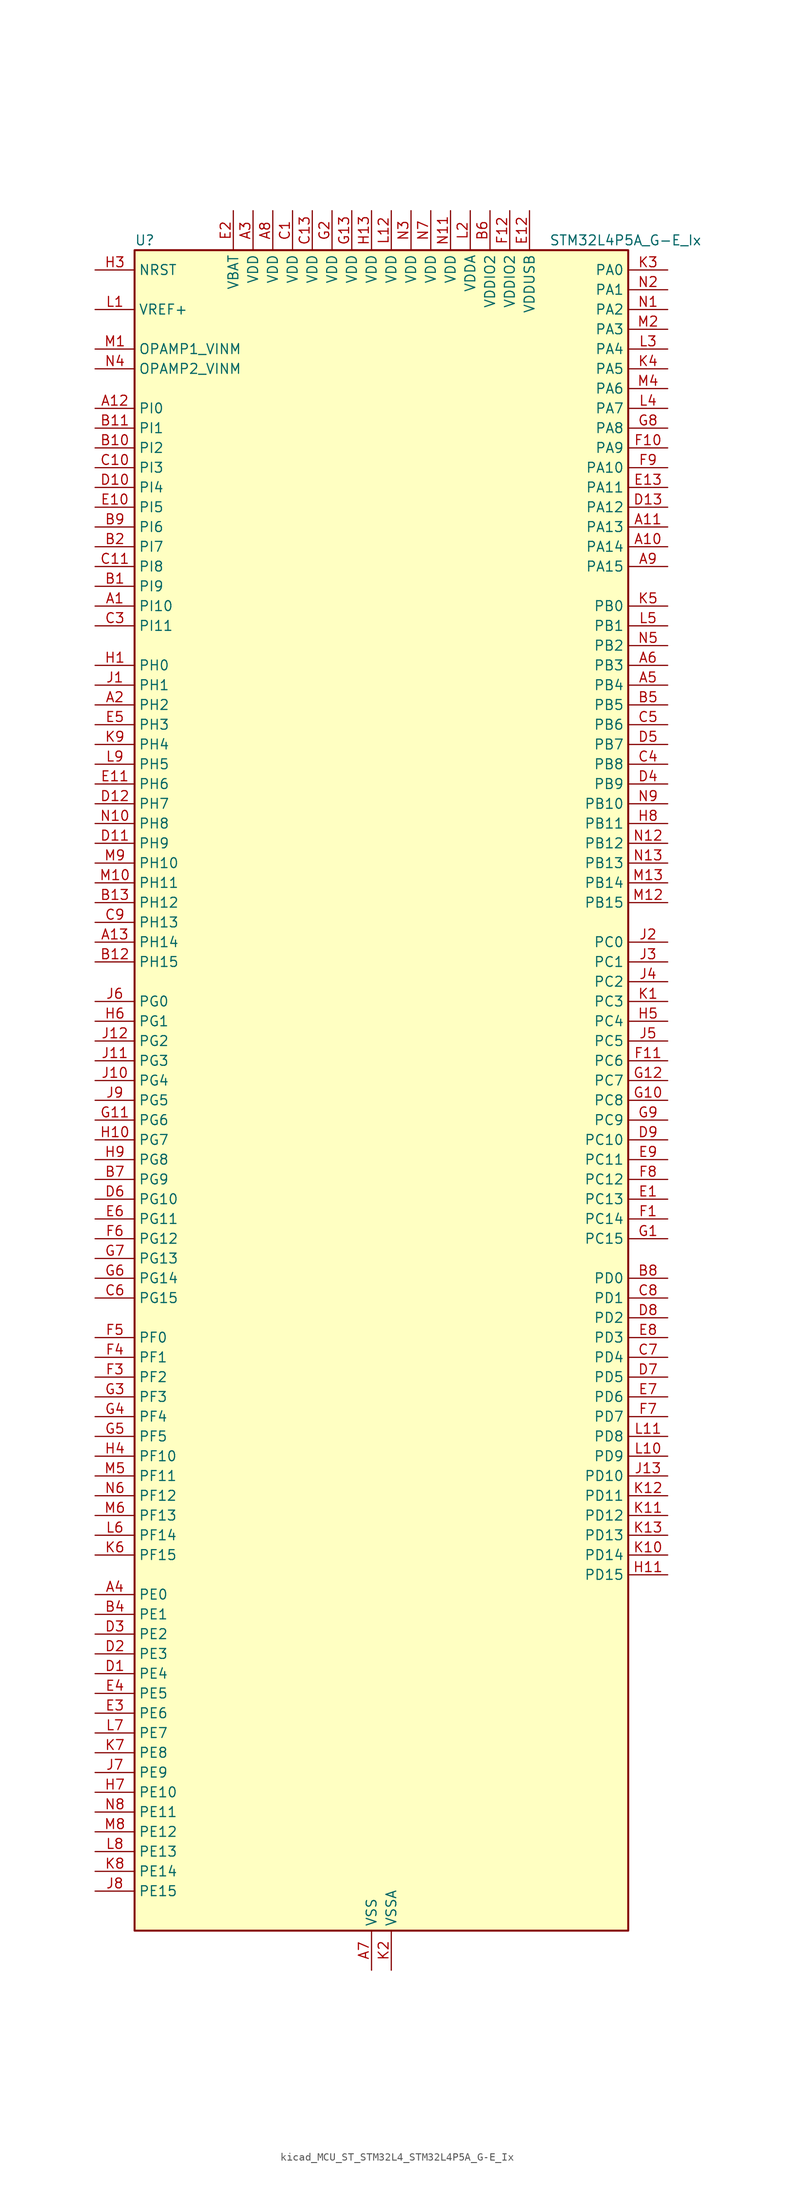
<source format=kicad_sym>
(kicad_symbol_lib
  (version 20220914)
  (generator kicad_symbol_editor)
  (symbol "kicad_MCU_ST_STM32L4_STM32L4P5A_G-E_Ix"
    (property "Reference" "U"
      (at -30.48 110.49 0)
      (effects (font (size 1.27 1.27)) (justify left)))
    (property "Value" "STM32L4P5A_G-E_Ix"
      (at 22.86 110.49 0)
      (effects (font (size 1.27 1.27)) (justify left)))
    (property "ki_locked" ""
      (at 0 0 0)
      (effects (font (size 1.27 1.27))))
    (symbol "kicad_MCU_ST_STM32L4_STM32L4P5A_G-E_Ix_0_1"
      (rectangle (start -30.48 -106.68) (end 33.02 109.22) (stroke (width 0.254) (type default)) (fill (type background))))
    (symbol "kicad_MCU_ST_STM32L4_STM32L4P5A_G-E_Ix_1_1"
      (pin bidirectional line (at -35.56 63.5 0) (length 5.08) (name "PI10" (effects (font (size 1.27 1.27)))) (number "A1" (effects (font (size 1.27 1.27)))) (alternate "OCTOSPIM_P2_IO1" bidirectional line) (alternate "PSSI_D14" bidirectional line))
      (pin bidirectional line (at 38.1 71.12 180) (length 5.08) (name "PA14" (effects (font (size 1.27 1.27)))) (number "A10" (effects (font (size 1.27 1.27)))) (alternate "I2C1_SMBA" bidirectional line) (alternate "I2C4_SMBA" bidirectional line) (alternate "LPTIM1_OUT" bidirectional line) (alternate "SAI1_FS_B" bidirectional line) (alternate "SYS_JTCK-SWCLK" bidirectional line) (alternate "USB_OTG_FS_SOF" bidirectional line))
      (pin bidirectional line (at 38.1 73.66 180) (length 5.08) (name "PA13" (effects (font (size 1.27 1.27)))) (number "A11" (effects (font (size 1.27 1.27)))) (alternate "IR_OUT" bidirectional line) (alternate "SAI1_SD_B" bidirectional line) (alternate "SYS_JTMS-SWDIO" bidirectional line) (alternate "USB_OTG_FS_NOE" bidirectional line))
      (pin bidirectional line (at -35.56 88.9 0) (length 5.08) (name "PI0" (effects (font (size 1.27 1.27)))) (number "A12" (effects (font (size 1.27 1.27)))) (alternate "DCMI_D13" bidirectional line) (alternate "OCTOSPIM_P1_IO5" bidirectional line) (alternate "PSSI_D13" bidirectional line) (alternate "SPI2_NSS" bidirectional line) (alternate "TIM5_CH4" bidirectional line))
      (pin bidirectional line (at -35.56 20.32 0) (length 5.08) (name "PH14" (effects (font (size 1.27 1.27)))) (number "A13" (effects (font (size 1.27 1.27)))) (alternate "DCMI_D4" bidirectional line) (alternate "PSSI_D4" bidirectional line) (alternate "TIM8_CH2N" bidirectional line))
      (pin bidirectional line (at -35.56 50.8 0) (length 5.08) (name "PH2" (effects (font (size 1.27 1.27)))) (number "A2" (effects (font (size 1.27 1.27)))) (alternate "OCTOSPIM_P1_IO4" bidirectional line))
      (pin power_in line (at -15.24 114.3 270) (length 5.08) (name "VDD" (effects (font (size 1.27 1.27)))) (number "A3" (effects (font (size 1.27 1.27)))))
      (pin bidirectional line (at -35.56 -63.5 0) (length 5.08) (name "PE0" (effects (font (size 1.27 1.27)))) (number "A4" (effects (font (size 1.27 1.27)))) (alternate "DCMI_D2" bidirectional line) (alternate "FMC_NBL0" bidirectional line) (alternate "LTDC_HSYNC" bidirectional line) (alternate "PSSI_D2" bidirectional line) (alternate "TIM16_CH1" bidirectional line) (alternate "TIM4_ETR" bidirectional line))
      (pin bidirectional line (at 38.1 53.34 180) (length 5.08) (name "PB4" (effects (font (size 1.27 1.27)))) (number "A5" (effects (font (size 1.27 1.27)))) (alternate "COMP2_INP" bidirectional line) (alternate "DCMI_D12" bidirectional line) (alternate "I2C3_SDA" bidirectional line) (alternate "OCTOSPIM_P1_IO5" bidirectional line) (alternate "PSSI_D12" bidirectional line) (alternate "SAI1_MCLK_B" bidirectional line) (alternate "SDMMC2_D3" bidirectional line) (alternate "SPI1_MISO" bidirectional line) (alternate "SPI3_MISO" bidirectional line) (alternate "SYS_JTRST" bidirectional line) (alternate "TIM17_BKIN" bidirectional line) (alternate "TIM3_CH1" bidirectional line) (alternate "TSC_G2_IO1" bidirectional line) (alternate "UART5_DE" bidirectional line) (alternate "UART5_RTS" bidirectional line) (alternate "USART1_CTS" bidirectional line) (alternate "USART1_NSS" bidirectional line))
      (pin bidirectional line (at 38.1 55.88 180) (length 5.08) (name "PB3" (effects (font (size 1.27 1.27)))) (number "A6" (effects (font (size 1.27 1.27)))) (alternate "COMP2_INM" bidirectional line) (alternate "CRS_SYNC" bidirectional line) (alternate "OCTOSPIM_P1_IO4" bidirectional line) (alternate "SAI1_SCK_B" bidirectional line) (alternate "SDMMC2_D2" bidirectional line) (alternate "SPI1_SCK" bidirectional line) (alternate "SPI3_SCK" bidirectional line) (alternate "SYS_JTDO-SWO" bidirectional line) (alternate "TIM2_CH2" bidirectional line) (alternate "USART1_DE" bidirectional line) (alternate "USART1_RTS" bidirectional line))
      (pin power_in line (at 0 -111.76 90) (length 5.08) (name "VSS" (effects (font (size 1.27 1.27)))) (number "A7" (effects (font (size 1.27 1.27)))))
      (pin power_in line (at -12.7 114.3 270) (length 5.08) (name "VDD" (effects (font (size 1.27 1.27)))) (number "A8" (effects (font (size 1.27 1.27)))))
      (pin bidirectional line (at 38.1 68.58 180) (length 5.08) (name "PA15" (effects (font (size 1.27 1.27)))) (number "A9" (effects (font (size 1.27 1.27)))) (alternate "ADC1_EXTI15" bidirectional line) (alternate "ADC2_EXTI15" bidirectional line) (alternate "LTDC_HSYNC" bidirectional line) (alternate "SAI2_FS_B" bidirectional line) (alternate "SPI1_NSS" bidirectional line) (alternate "SPI3_NSS" bidirectional line) (alternate "SYS_JTDI" bidirectional line) (alternate "TIM2_CH1" bidirectional line) (alternate "TIM2_ETR" bidirectional line) (alternate "TSC_G3_IO1" bidirectional line) (alternate "UART4_DE" bidirectional line) (alternate "UART4_RTS" bidirectional line) (alternate "USART2_RX" bidirectional line) (alternate "USART3_DE" bidirectional line) (alternate "USART3_RTS" bidirectional line))
      (pin bidirectional line (at -35.56 66.04 0) (length 5.08) (name "PI9" (effects (font (size 1.27 1.27)))) (number "B1" (effects (font (size 1.27 1.27)))) (alternate "CAN1_RX" bidirectional line) (alternate "DAC1_EXTI9" bidirectional line) (alternate "OCTOSPIM_P2_IO2" bidirectional line))
      (pin bidirectional line (at -35.56 83.82 0) (length 5.08) (name "PI2" (effects (font (size 1.27 1.27)))) (number "B10" (effects (font (size 1.27 1.27)))) (alternate "DCMI_D9" bidirectional line) (alternate "PSSI_D9" bidirectional line) (alternate "SPI2_MISO" bidirectional line) (alternate "TIM8_CH4" bidirectional line))
      (pin bidirectional line (at -35.56 86.36 0) (length 5.08) (name "PI1" (effects (font (size 1.27 1.27)))) (number "B11" (effects (font (size 1.27 1.27)))) (alternate "DCMI_D8" bidirectional line) (alternate "PSSI_D8" bidirectional line) (alternate "SPI2_SCK" bidirectional line))
      (pin bidirectional line (at -35.56 17.78 0) (length 5.08) (name "PH15" (effects (font (size 1.27 1.27)))) (number "B12" (effects (font (size 1.27 1.27)))) (alternate "ADC1_EXTI15" bidirectional line) (alternate "ADC2_EXTI15" bidirectional line) (alternate "DCMI_D11" bidirectional line) (alternate "OCTOSPIM_P2_IO6" bidirectional line) (alternate "PSSI_D11" bidirectional line) (alternate "TIM8_CH3N" bidirectional line))
      (pin bidirectional line (at -35.56 25.4 0) (length 5.08) (name "PH12" (effects (font (size 1.27 1.27)))) (number "B13" (effects (font (size 1.27 1.27)))) (alternate "DCMI_D3" bidirectional line) (alternate "OCTOSPIM_P2_IO7" bidirectional line) (alternate "PSSI_D3" bidirectional line) (alternate "TIM5_CH3" bidirectional line))
      (pin bidirectional line (at -35.56 71.12 0) (length 5.08) (name "PI7" (effects (font (size 1.27 1.27)))) (number "B2" (effects (font (size 1.27 1.27)))) (alternate "DCMI_D7" bidirectional line) (alternate "OCTOSPIM_P2_NCLK" bidirectional line) (alternate "PSSI_D7" bidirectional line) (alternate "TIM8_CH3" bidirectional line))
      (pin passive line (at 0 -111.76 90) (length 5.08) hide (name "VSS" (effects (font (size 1.27 1.27)))) (number "B3" (effects (font (size 1.27 1.27)))))
      (pin bidirectional line (at -35.56 -66.04 0) (length 5.08) (name "PE1" (effects (font (size 1.27 1.27)))) (number "B4" (effects (font (size 1.27 1.27)))) (alternate "DCMI_D3" bidirectional line) (alternate "FMC_NBL1" bidirectional line) (alternate "LTDC_VSYNC" bidirectional line) (alternate "PSSI_D3" bidirectional line) (alternate "TIM17_CH1" bidirectional line))
      (pin bidirectional line (at 38.1 50.8 180) (length 5.08) (name "PB5" (effects (font (size 1.27 1.27)))) (number "B5" (effects (font (size 1.27 1.27)))) (alternate "COMP2_OUT" bidirectional line) (alternate "DCMI_D10" bidirectional line) (alternate "I2C1_SMBA" bidirectional line) (alternate "LPTIM1_IN1" bidirectional line) (alternate "OCTOSPIM_P1_IO0" bidirectional line) (alternate "PSSI_D10" bidirectional line) (alternate "SAI1_SD_B" bidirectional line) (alternate "SPI1_MOSI" bidirectional line) (alternate "SPI3_MOSI" bidirectional line) (alternate "TIM16_BKIN" bidirectional line) (alternate "TIM3_CH2" bidirectional line) (alternate "TSC_G2_IO2" bidirectional line) (alternate "UART5_CTS" bidirectional line) (alternate "USART1_CK" bidirectional line))
      (pin power_in line (at 15.24 114.3 270) (length 5.08) (name "VDDIO2" (effects (font (size 1.27 1.27)))) (number "B6" (effects (font (size 1.27 1.27)))))
      (pin bidirectional line (at -35.56 -10.16 0) (length 5.08) (name "PG9" (effects (font (size 1.27 1.27)))) (number "B7" (effects (font (size 1.27 1.27)))) (alternate "DAC1_EXTI9" bidirectional line) (alternate "FMC_NCE" bidirectional line) (alternate "FMC_NE2" bidirectional line) (alternate "OCTOSPIM_P2_IO6" bidirectional line) (alternate "SAI2_SCK_A" bidirectional line) (alternate "SDMMC2_D0" bidirectional line) (alternate "SPI3_SCK" bidirectional line) (alternate "TIM15_CH1N" bidirectional line) (alternate "USART1_TX" bidirectional line))
      (pin bidirectional line (at 38.1 -22.86 180) (length 5.08) (name "PD0" (effects (font (size 1.27 1.27)))) (number "B8" (effects (font (size 1.27 1.27)))) (alternate "CAN1_RX" bidirectional line) (alternate "FMC_D2" bidirectional line) (alternate "FMC_DA2" bidirectional line) (alternate "LTDC_B4" bidirectional line) (alternate "SPI2_NSS" bidirectional line))
      (pin bidirectional line (at -35.56 73.66 0) (length 5.08) (name "PI6" (effects (font (size 1.27 1.27)))) (number "B9" (effects (font (size 1.27 1.27)))) (alternate "DCMI_D6" bidirectional line) (alternate "OCTOSPIM_P2_CLK" bidirectional line) (alternate "PSSI_D6" bidirectional line) (alternate "TIM8_CH2" bidirectional line))
      (pin power_in line (at -10.16 114.3 270) (length 5.08) (name "VDD" (effects (font (size 1.27 1.27)))) (number "C1" (effects (font (size 1.27 1.27)))))
      (pin bidirectional line (at -35.56 81.28 0) (length 5.08) (name "PI3" (effects (font (size 1.27 1.27)))) (number "C10" (effects (font (size 1.27 1.27)))) (alternate "DCMI_D10" bidirectional line) (alternate "PSSI_D10" bidirectional line) (alternate "SPI2_MOSI" bidirectional line) (alternate "TIM8_ETR" bidirectional line))
      (pin bidirectional line (at -35.56 68.58 0) (length 5.08) (name "PI8" (effects (font (size 1.27 1.27)))) (number "C11" (effects (font (size 1.27 1.27)))) (alternate "DCMI_D12" bidirectional line) (alternate "OCTOSPIM_P2_NCS" bidirectional line) (alternate "PSSI_D12" bidirectional line))
      (pin passive line (at 0 -111.76 90) (length 5.08) hide (name "VSS" (effects (font (size 1.27 1.27)))) (number "C12" (effects (font (size 1.27 1.27)))))
      (pin power_in line (at -7.62 114.3 270) (length 5.08) (name "VDD" (effects (font (size 1.27 1.27)))) (number "C13" (effects (font (size 1.27 1.27)))))
      (pin passive line (at 0 -111.76 90) (length 5.08) hide (name "VSS" (effects (font (size 1.27 1.27)))) (number "C2" (effects (font (size 1.27 1.27)))))
      (pin bidirectional line (at -35.56 60.96 0) (length 5.08) (name "PI11" (effects (font (size 1.27 1.27)))) (number "C3" (effects (font (size 1.27 1.27)))) (alternate "ADC1_EXTI11" bidirectional line) (alternate "ADC2_EXTI11" bidirectional line) (alternate "OCTOSPIM_P2_IO0" bidirectional line) (alternate "PSSI_D15" bidirectional line))
      (pin bidirectional line (at 38.1 43.18 180) (length 5.08) (name "PB8" (effects (font (size 1.27 1.27)))) (number "C4" (effects (font (size 1.27 1.27)))) (alternate "CAN1_RX" bidirectional line) (alternate "DCMI_D6" bidirectional line) (alternate "DFSDM1_CKOUT" bidirectional line) (alternate "I2C1_SCL" bidirectional line) (alternate "LTDC_DE" bidirectional line) (alternate "PSSI_D6" bidirectional line) (alternate "SAI1_CK1" bidirectional line) (alternate "SAI1_MCLK_A" bidirectional line) (alternate "SDMMC1_CKIN" bidirectional line) (alternate "SDMMC1_D4" bidirectional line) (alternate "SDMMC2_D4" bidirectional line) (alternate "TIM16_CH1" bidirectional line) (alternate "TIM4_CH3" bidirectional line))
      (pin bidirectional line (at 38.1 48.26 180) (length 5.08) (name "PB6" (effects (font (size 1.27 1.27)))) (number "C5" (effects (font (size 1.27 1.27)))) (alternate "COMP2_INP" bidirectional line) (alternate "DCMI_D5" bidirectional line) (alternate "I2C1_SCL" bidirectional line) (alternate "I2C4_SCL" bidirectional line) (alternate "LPTIM1_ETR" bidirectional line) (alternate "LTDC_R6" bidirectional line) (alternate "PSSI_D5" bidirectional line) (alternate "SAI1_FS_B" bidirectional line) (alternate "TIM16_CH1N" bidirectional line) (alternate "TIM4_CH1" bidirectional line) (alternate "TIM8_BKIN2" bidirectional line) (alternate "TSC_G2_IO3" bidirectional line) (alternate "USART1_TX" bidirectional line))
      (pin bidirectional line (at -35.56 -25.4 0) (length 5.08) (name "PG15" (effects (font (size 1.27 1.27)))) (number "C6" (effects (font (size 1.27 1.27)))) (alternate "ADC1_EXTI15" bidirectional line) (alternate "ADC2_EXTI15" bidirectional line) (alternate "DCMI_D13" bidirectional line) (alternate "I2C1_SMBA" bidirectional line) (alternate "LPTIM1_OUT" bidirectional line) (alternate "OCTOSPIM_P2_DQS" bidirectional line) (alternate "PSSI_D13" bidirectional line))
      (pin bidirectional line (at 38.1 -33.02 180) (length 5.08) (name "PD4" (effects (font (size 1.27 1.27)))) (number "C7" (effects (font (size 1.27 1.27)))) (alternate "DFSDM1_CKIN0" bidirectional line) (alternate "FMC_NOE" bidirectional line) (alternate "OCTOSPIM_P1_IO4" bidirectional line) (alternate "SDMMC2_CKIN" bidirectional line) (alternate "SPI2_MOSI" bidirectional line) (alternate "USART2_DE" bidirectional line) (alternate "USART2_RTS" bidirectional line))
      (pin bidirectional line (at 38.1 -25.4 180) (length 5.08) (name "PD1" (effects (font (size 1.27 1.27)))) (number "C8" (effects (font (size 1.27 1.27)))) (alternate "CAN1_TX" bidirectional line) (alternate "FMC_D3" bidirectional line) (alternate "FMC_DA3" bidirectional line) (alternate "LTDC_B5" bidirectional line) (alternate "SPI2_SCK" bidirectional line))
      (pin bidirectional line (at -35.56 22.86 0) (length 5.08) (name "PH13" (effects (font (size 1.27 1.27)))) (number "C9" (effects (font (size 1.27 1.27)))) (alternate "CAN1_TX" bidirectional line) (alternate "TIM8_CH1N" bidirectional line))
      (pin bidirectional line (at -35.56 -73.66 0) (length 5.08) (name "PE4" (effects (font (size 1.27 1.27)))) (number "D1" (effects (font (size 1.27 1.27)))) (alternate "DCMI_D4" bidirectional line) (alternate "DFSDM1_DATIN3" bidirectional line) (alternate "FMC_A20" bidirectional line) (alternate "LTDC_B7" bidirectional line) (alternate "PSSI_D4" bidirectional line) (alternate "SAI1_D2" bidirectional line) (alternate "SAI1_FS_A" bidirectional line) (alternate "SYS_TRACED1" bidirectional line) (alternate "TIM3_CH2" bidirectional line) (alternate "TSC_G7_IO3" bidirectional line))
      (pin bidirectional line (at -35.56 78.74 0) (length 5.08) (name "PI4" (effects (font (size 1.27 1.27)))) (number "D10" (effects (font (size 1.27 1.27)))) (alternate "DCMI_D5" bidirectional line) (alternate "PSSI_D5" bidirectional line) (alternate "TIM8_BKIN" bidirectional line))
      (pin bidirectional line (at -35.56 33.02 0) (length 5.08) (name "PH9" (effects (font (size 1.27 1.27)))) (number "D11" (effects (font (size 1.27 1.27)))) (alternate "DAC1_EXTI9" bidirectional line) (alternate "DCMI_D0" bidirectional line) (alternate "I2C3_SMBA" bidirectional line) (alternate "OCTOSPIM_P2_IO4" bidirectional line) (alternate "PSSI_D0" bidirectional line))
      (pin bidirectional line (at -35.56 38.1 0) (length 5.08) (name "PH7" (effects (font (size 1.27 1.27)))) (number "D12" (effects (font (size 1.27 1.27)))) (alternate "DCMI_D9" bidirectional line) (alternate "I2C3_SCL" bidirectional line) (alternate "OCTOSPIM_P2_NCLK" bidirectional line) (alternate "PSSI_D9" bidirectional line))
      (pin bidirectional line (at 38.1 76.2 180) (length 5.08) (name "PA12" (effects (font (size 1.27 1.27)))) (number "D13" (effects (font (size 1.27 1.27)))) (alternate "CAN1_TX" bidirectional line) (alternate "LTDC_VSYNC" bidirectional line) (alternate "OCTOSPIM_P2_NCS" bidirectional line) (alternate "SPI1_MOSI" bidirectional line) (alternate "TIM1_ETR" bidirectional line) (alternate "USART1_DE" bidirectional line) (alternate "USART1_RTS" bidirectional line) (alternate "USB_OTG_FS_DP" bidirectional line))
      (pin bidirectional line (at -35.56 -71.12 0) (length 5.08) (name "PE3" (effects (font (size 1.27 1.27)))) (number "D2" (effects (font (size 1.27 1.27)))) (alternate "FMC_A19" bidirectional line) (alternate "LTDC_R6" bidirectional line) (alternate "OCTOSPIM_P1_DQS" bidirectional line) (alternate "SAI1_SD_B" bidirectional line) (alternate "SYS_TRACED0" bidirectional line) (alternate "TIM3_CH1" bidirectional line) (alternate "TSC_G7_IO2" bidirectional line))
      (pin bidirectional line (at -35.56 -68.58 0) (length 5.08) (name "PE2" (effects (font (size 1.27 1.27)))) (number "D3" (effects (font (size 1.27 1.27)))) (alternate "FMC_A23" bidirectional line) (alternate "LTDC_R7" bidirectional line) (alternate "SAI1_CK1" bidirectional line) (alternate "SAI1_MCLK_A" bidirectional line) (alternate "SYS_TRACECLK" bidirectional line) (alternate "TIM3_ETR" bidirectional line) (alternate "TSC_G7_IO1" bidirectional line))
      (pin bidirectional line (at 38.1 40.64 180) (length 5.08) (name "PB9" (effects (font (size 1.27 1.27)))) (number "D4" (effects (font (size 1.27 1.27)))) (alternate "CAN1_TX" bidirectional line) (alternate "DAC1_EXTI9" bidirectional line) (alternate "DCMI_D7" bidirectional line) (alternate "I2C1_SDA" bidirectional line) (alternate "IR_OUT" bidirectional line) (alternate "PSSI_D7" bidirectional line) (alternate "SAI1_D2" bidirectional line) (alternate "SAI1_FS_A" bidirectional line) (alternate "SDMMC1_CDIR" bidirectional line) (alternate "SDMMC1_D5" bidirectional line) (alternate "SDMMC2_D5" bidirectional line) (alternate "SPI2_NSS" bidirectional line) (alternate "TIM17_CH1" bidirectional line) (alternate "TIM4_CH4" bidirectional line))
      (pin bidirectional line (at 38.1 45.72 180) (length 5.08) (name "PB7" (effects (font (size 1.27 1.27)))) (number "D5" (effects (font (size 1.27 1.27)))) (alternate "COMP2_INM" bidirectional line) (alternate "DCMI_VSYNC" bidirectional line) (alternate "FMC_NL" bidirectional line) (alternate "I2C1_SDA" bidirectional line) (alternate "I2C4_SDA" bidirectional line) (alternate "LPTIM1_IN2" bidirectional line) (alternate "LTDC_VSYNC" bidirectional line) (alternate "PSSI_RDY" bidirectional line) (alternate "SYS_PVD_IN" bidirectional line) (alternate "TIM17_CH1N" bidirectional line) (alternate "TIM4_CH2" bidirectional line) (alternate "TIM8_BKIN" bidirectional line) (alternate "TSC_G2_IO4" bidirectional line) (alternate "UART4_CTS" bidirectional line) (alternate "USART1_RX" bidirectional line))
      (pin bidirectional line (at -35.56 -12.7 0) (length 5.08) (name "PG10" (effects (font (size 1.27 1.27)))) (number "D6" (effects (font (size 1.27 1.27)))) (alternate "FMC_NE3" bidirectional line) (alternate "LPTIM1_IN1" bidirectional line) (alternate "OCTOSPIM_P2_IO7" bidirectional line) (alternate "SAI2_FS_A" bidirectional line) (alternate "SDMMC2_D1" bidirectional line) (alternate "SPI3_MISO" bidirectional line) (alternate "TIM15_CH1" bidirectional line) (alternate "USART1_RX" bidirectional line))
      (pin bidirectional line (at 38.1 -35.56 180) (length 5.08) (name "PD5" (effects (font (size 1.27 1.27)))) (number "D7" (effects (font (size 1.27 1.27)))) (alternate "FMC_NWE" bidirectional line) (alternate "OCTOSPIM_P1_IO5" bidirectional line) (alternate "USART2_TX" bidirectional line))
      (pin bidirectional line (at 38.1 -27.94 180) (length 5.08) (name "PD2" (effects (font (size 1.27 1.27)))) (number "D8" (effects (font (size 1.27 1.27)))) (alternate "DCMI_D11" bidirectional line) (alternate "PSSI_D11" bidirectional line) (alternate "SDMMC1_CMD" bidirectional line) (alternate "SYS_TRACED2" bidirectional line) (alternate "TIM3_ETR" bidirectional line) (alternate "TSC_SYNC" bidirectional line) (alternate "UART5_RX" bidirectional line) (alternate "USART3_DE" bidirectional line) (alternate "USART3_RTS" bidirectional line))
      (pin bidirectional line (at 38.1 -5.08 180) (length 5.08) (name "PC10" (effects (font (size 1.27 1.27)))) (number "D9" (effects (font (size 1.27 1.27)))) (alternate "DCMI_D8" bidirectional line) (alternate "DCMI_VSYNC" bidirectional line) (alternate "PSSI_D8" bidirectional line) (alternate "PSSI_RDY" bidirectional line) (alternate "SAI2_SCK_B" bidirectional line) (alternate "SDMMC1_D2" bidirectional line) (alternate "SPI3_SCK" bidirectional line) (alternate "SYS_TRACED1" bidirectional line) (alternate "TSC_G3_IO2" bidirectional line) (alternate "UART4_TX" bidirectional line) (alternate "USART3_TX" bidirectional line))
      (pin bidirectional line (at 38.1 -12.7 180) (length 5.08) (name "PC13" (effects (font (size 1.27 1.27)))) (number "E1" (effects (font (size 1.27 1.27)))) (alternate "RTC_OUT1" bidirectional line) (alternate "RTC_TAMP1" bidirectional line) (alternate "RTC_TS" bidirectional line) (alternate "SYS_WKUP2" bidirectional line))
      (pin bidirectional line (at -35.56 76.2 0) (length 5.08) (name "PI5" (effects (font (size 1.27 1.27)))) (number "E10" (effects (font (size 1.27 1.27)))) (alternate "DCMI_VSYNC" bidirectional line) (alternate "OCTOSPIM_P2_NCS" bidirectional line) (alternate "PSSI_RDY" bidirectional line) (alternate "TIM8_CH1" bidirectional line))
      (pin bidirectional line (at -35.56 40.64 0) (length 5.08) (name "PH6" (effects (font (size 1.27 1.27)))) (number "E11" (effects (font (size 1.27 1.27)))) (alternate "DCMI_D8" bidirectional line) (alternate "I2C2_SMBA" bidirectional line) (alternate "OCTOSPIM_P2_CLK" bidirectional line) (alternate "PSSI_D8" bidirectional line))
      (pin power_in line (at 20.32 114.3 270) (length 5.08) (name "VDDUSB" (effects (font (size 1.27 1.27)))) (number "E12" (effects (font (size 1.27 1.27)))))
      (pin bidirectional line (at 38.1 78.74 180) (length 5.08) (name "PA11" (effects (font (size 1.27 1.27)))) (number "E13" (effects (font (size 1.27 1.27)))) (alternate "ADC1_EXTI11" bidirectional line) (alternate "ADC2_EXTI11" bidirectional line) (alternate "CAN1_RX" bidirectional line) (alternate "LTDC_DE" bidirectional line) (alternate "SPI1_MISO" bidirectional line) (alternate "TIM1_BKIN2" bidirectional line) (alternate "TIM1_CH4" bidirectional line) (alternate "USART1_CTS" bidirectional line) (alternate "USART1_NSS" bidirectional line) (alternate "USB_OTG_FS_DM" bidirectional line))
      (pin power_in line (at -17.78 114.3 270) (length 5.08) (name "VBAT" (effects (font (size 1.27 1.27)))) (number "E2" (effects (font (size 1.27 1.27)))))
      (pin bidirectional line (at -35.56 -78.74 0) (length 5.08) (name "PE6" (effects (font (size 1.27 1.27)))) (number "E3" (effects (font (size 1.27 1.27)))) (alternate "DCMI_D7" bidirectional line) (alternate "FMC_A22" bidirectional line) (alternate "LTDC_G6" bidirectional line) (alternate "PSSI_D7" bidirectional line) (alternate "RTC_TAMP3" bidirectional line) (alternate "SAI1_D1" bidirectional line) (alternate "SAI1_SD_A" bidirectional line) (alternate "SYS_TRACED3" bidirectional line) (alternate "SYS_WKUP3" bidirectional line) (alternate "TIM3_CH4" bidirectional line))
      (pin bidirectional line (at -35.56 -76.2 0) (length 5.08) (name "PE5" (effects (font (size 1.27 1.27)))) (number "E4" (effects (font (size 1.27 1.27)))) (alternate "DCMI_D6" bidirectional line) (alternate "DFSDM1_CKIN3" bidirectional line) (alternate "FMC_A21" bidirectional line) (alternate "LTDC_G7" bidirectional line) (alternate "PSSI_D6" bidirectional line) (alternate "SAI1_CK2" bidirectional line) (alternate "SAI1_SCK_A" bidirectional line) (alternate "SYS_TRACED2" bidirectional line) (alternate "TIM3_CH3" bidirectional line) (alternate "TSC_G7_IO4" bidirectional line))
      (pin bidirectional line (at -35.56 48.26 0) (length 5.08) (name "PH3" (effects (font (size 1.27 1.27)))) (number "E5" (effects (font (size 1.27 1.27)))))
      (pin bidirectional line (at -35.56 -15.24 0) (length 5.08) (name "PG11" (effects (font (size 1.27 1.27)))) (number "E6" (effects (font (size 1.27 1.27)))) (alternate "ADC1_EXTI11" bidirectional line) (alternate "ADC2_EXTI11" bidirectional line) (alternate "LPTIM1_IN2" bidirectional line) (alternate "OCTOSPIM_P1_IO5" bidirectional line) (alternate "SAI2_MCLK_A" bidirectional line) (alternate "SDMMC2_D2" bidirectional line) (alternate "SPI3_MOSI" bidirectional line) (alternate "TIM15_CH2" bidirectional line) (alternate "USART1_CTS" bidirectional line) (alternate "USART1_NSS" bidirectional line))
      (pin bidirectional line (at 38.1 -38.1 180) (length 5.08) (name "PD6" (effects (font (size 1.27 1.27)))) (number "E7" (effects (font (size 1.27 1.27)))) (alternate "DCMI_D10" bidirectional line) (alternate "DFSDM1_DATIN1" bidirectional line) (alternate "FMC_NWAIT" bidirectional line) (alternate "LTDC_DE" bidirectional line) (alternate "OCTOSPIM_P1_IO6" bidirectional line) (alternate "PSSI_D10" bidirectional line) (alternate "SAI1_D1" bidirectional line) (alternate "SAI1_SD_A" bidirectional line) (alternate "SDMMC2_CK" bidirectional line) (alternate "SPI3_MOSI" bidirectional line) (alternate "USART2_RX" bidirectional line))
      (pin bidirectional line (at 38.1 -30.48 180) (length 5.08) (name "PD3" (effects (font (size 1.27 1.27)))) (number "E8" (effects (font (size 1.27 1.27)))) (alternate "DCMI_D5" bidirectional line) (alternate "DFSDM1_DATIN0" bidirectional line) (alternate "FMC_CLK" bidirectional line) (alternate "LTDC_CLK" bidirectional line) (alternate "OCTOSPIM_P2_NCS" bidirectional line) (alternate "PSSI_D5" bidirectional line) (alternate "SPI2_MISO" bidirectional line) (alternate "SPI2_SCK" bidirectional line) (alternate "USART2_CTS" bidirectional line) (alternate "USART2_NSS" bidirectional line))
      (pin bidirectional line (at 38.1 -7.62 180) (length 5.08) (name "PC11" (effects (font (size 1.27 1.27)))) (number "E9" (effects (font (size 1.27 1.27)))) (alternate "ADC1_EXTI11" bidirectional line) (alternate "ADC2_EXTI11" bidirectional line) (alternate "DCMI_D2" bidirectional line) (alternate "DCMI_D4" bidirectional line) (alternate "OCTOSPIM_P1_NCS" bidirectional line) (alternate "PSSI_D2" bidirectional line) (alternate "PSSI_D4" bidirectional line) (alternate "SAI2_MCLK_B" bidirectional line) (alternate "SDMMC1_D3" bidirectional line) (alternate "SPI3_MISO" bidirectional line) (alternate "TSC_G3_IO3" bidirectional line) (alternate "UART4_RX" bidirectional line) (alternate "USART3_RX" bidirectional line))
      (pin bidirectional line (at 38.1 -15.24 180) (length 5.08) (name "PC14" (effects (font (size 1.27 1.27)))) (number "F1" (effects (font (size 1.27 1.27)))) (alternate "RCC_OSC32_IN" bidirectional line))
      (pin bidirectional line (at 38.1 83.82 180) (length 5.08) (name "PA9" (effects (font (size 1.27 1.27)))) (number "F10" (effects (font (size 1.27 1.27)))) (alternate "DAC1_EXTI9" bidirectional line) (alternate "DCMI_D0" bidirectional line) (alternate "LTDC_G7" bidirectional line) (alternate "PSSI_D0" bidirectional line) (alternate "SAI1_FS_A" bidirectional line) (alternate "SPI2_SCK" bidirectional line) (alternate "TIM15_BKIN" bidirectional line) (alternate "TIM1_CH2" bidirectional line) (alternate "USART1_TX" bidirectional line) (alternate "USB_OTG_FS_VBUS" bidirectional line))
      (pin bidirectional line (at 38.1 5.08 180) (length 5.08) (name "PC6" (effects (font (size 1.27 1.27)))) (number "F11" (effects (font (size 1.27 1.27)))) (alternate "DCMI_D0" bidirectional line) (alternate "DFSDM1_CKIN3" bidirectional line) (alternate "LTDC_G7" bidirectional line) (alternate "PSSI_D0" bidirectional line) (alternate "SAI2_MCLK_A" bidirectional line) (alternate "SDMMC1_D0DIR" bidirectional line) (alternate "SDMMC1_D6" bidirectional line) (alternate "SDMMC2_D6" bidirectional line) (alternate "TIM3_CH1" bidirectional line) (alternate "TIM8_CH1" bidirectional line) (alternate "TSC_G4_IO1" bidirectional line))
      (pin power_in line (at 17.78 114.3 270) (length 5.08) (name "VDDIO2" (effects (font (size 1.27 1.27)))) (number "F12" (effects (font (size 1.27 1.27)))))
      (pin passive line (at 0 -111.76 90) (length 5.08) hide (name "VSS" (effects (font (size 1.27 1.27)))) (number "F13" (effects (font (size 1.27 1.27)))))
      (pin passive line (at 0 -111.76 90) (length 5.08) hide (name "VSS" (effects (font (size 1.27 1.27)))) (number "F2" (effects (font (size 1.27 1.27)))))
      (pin bidirectional line (at -35.56 -35.56 0) (length 5.08) (name "PF2" (effects (font (size 1.27 1.27)))) (number "F3" (effects (font (size 1.27 1.27)))) (alternate "FMC_A2" bidirectional line) (alternate "I2C2_SMBA" bidirectional line) (alternate "OCTOSPIM_P2_IO2" bidirectional line))
      (pin bidirectional line (at -35.56 -33.02 0) (length 5.08) (name "PF1" (effects (font (size 1.27 1.27)))) (number "F4" (effects (font (size 1.27 1.27)))) (alternate "FMC_A1" bidirectional line) (alternate "I2C2_SCL" bidirectional line) (alternate "OCTOSPIM_P2_IO1" bidirectional line))
      (pin bidirectional line (at -35.56 -30.48 0) (length 5.08) (name "PF0" (effects (font (size 1.27 1.27)))) (number "F5" (effects (font (size 1.27 1.27)))) (alternate "FMC_A0" bidirectional line) (alternate "I2C2_SDA" bidirectional line) (alternate "OCTOSPIM_P2_IO0" bidirectional line))
      (pin bidirectional line (at -35.56 -17.78 0) (length 5.08) (name "PG12" (effects (font (size 1.27 1.27)))) (number "F6" (effects (font (size 1.27 1.27)))) (alternate "FMC_NE4" bidirectional line) (alternate "LPTIM1_ETR" bidirectional line) (alternate "OCTOSPIM_P2_NCS" bidirectional line) (alternate "SAI2_SD_A" bidirectional line) (alternate "SDMMC2_D3" bidirectional line) (alternate "SPI3_NSS" bidirectional line) (alternate "USART1_DE" bidirectional line) (alternate "USART1_RTS" bidirectional line))
      (pin bidirectional line (at 38.1 -40.64 180) (length 5.08) (name "PD7" (effects (font (size 1.27 1.27)))) (number "F7" (effects (font (size 1.27 1.27)))) (alternate "DFSDM1_CKIN1" bidirectional line) (alternate "FMC_NCE" bidirectional line) (alternate "FMC_NE1" bidirectional line) (alternate "OCTOSPIM_P1_IO7" bidirectional line) (alternate "SDMMC2_CMD" bidirectional line) (alternate "USART2_CK" bidirectional line))
      (pin bidirectional line (at 38.1 -10.16 180) (length 5.08) (name "PC12" (effects (font (size 1.27 1.27)))) (number "F8" (effects (font (size 1.27 1.27)))) (alternate "DCMI_D9" bidirectional line) (alternate "LTDC_R6" bidirectional line) (alternate "PSSI_D9" bidirectional line) (alternate "SAI2_SD_B" bidirectional line) (alternate "SDMMC1_CK" bidirectional line) (alternate "SPI3_MOSI" bidirectional line) (alternate "SYS_TRACED3" bidirectional line) (alternate "TSC_G3_IO4" bidirectional line) (alternate "UART5_TX" bidirectional line) (alternate "USART3_CK" bidirectional line))
      (pin bidirectional line (at 38.1 81.28 180) (length 5.08) (name "PA10" (effects (font (size 1.27 1.27)))) (number "F9" (effects (font (size 1.27 1.27)))) (alternate "DCMI_D1" bidirectional line) (alternate "LTDC_G6" bidirectional line) (alternate "PSSI_D1" bidirectional line) (alternate "SAI1_D1" bidirectional line) (alternate "SAI1_SD_A" bidirectional line) (alternate "TIM17_BKIN" bidirectional line) (alternate "TIM1_CH3" bidirectional line) (alternate "USART1_RX" bidirectional line) (alternate "USB_OTG_FS_ID" bidirectional line))
      (pin bidirectional line (at 38.1 -17.78 180) (length 5.08) (name "PC15" (effects (font (size 1.27 1.27)))) (number "G1" (effects (font (size 1.27 1.27)))) (alternate "ADC1_EXTI15" bidirectional line) (alternate "ADC2_EXTI15" bidirectional line) (alternate "RCC_OSC32_OUT" bidirectional line))
      (pin bidirectional line (at 38.1 0 180) (length 5.08) (name "PC8" (effects (font (size 1.27 1.27)))) (number "G10" (effects (font (size 1.27 1.27)))) (alternate "DCMI_D2" bidirectional line) (alternate "PSSI_D2" bidirectional line) (alternate "SDMMC1_D0" bidirectional line) (alternate "TIM3_CH3" bidirectional line) (alternate "TIM8_CH3" bidirectional line) (alternate "TSC_G4_IO3" bidirectional line))
      (pin bidirectional line (at -35.56 -2.54 0) (length 5.08) (name "PG6" (effects (font (size 1.27 1.27)))) (number "G11" (effects (font (size 1.27 1.27)))) (alternate "I2C3_SMBA" bidirectional line) (alternate "LPUART1_DE" bidirectional line) (alternate "LPUART1_RTS" bidirectional line) (alternate "LTDC_R1" bidirectional line) (alternate "OCTOSPIM_P1_DQS" bidirectional line))
      (pin bidirectional line (at 38.1 2.54 180) (length 5.08) (name "PC7" (effects (font (size 1.27 1.27)))) (number "G12" (effects (font (size 1.27 1.27)))) (alternate "DCMI_D1" bidirectional line) (alternate "DFSDM1_DATIN3" bidirectional line) (alternate "LTDC_B6" bidirectional line) (alternate "PSSI_D1" bidirectional line) (alternate "SAI2_MCLK_B" bidirectional line) (alternate "SDMMC1_D123DIR" bidirectional line) (alternate "SDMMC1_D7" bidirectional line) (alternate "SDMMC2_D7" bidirectional line) (alternate "TIM3_CH2" bidirectional line) (alternate "TIM8_CH2" bidirectional line) (alternate "TSC_G4_IO2" bidirectional line))
      (pin power_in line (at -2.54 114.3 270) (length 5.08) (name "VDD" (effects (font (size 1.27 1.27)))) (number "G13" (effects (font (size 1.27 1.27)))))
      (pin power_in line (at -5.08 114.3 270) (length 5.08) (name "VDD" (effects (font (size 1.27 1.27)))) (number "G2" (effects (font (size 1.27 1.27)))))
      (pin bidirectional line (at -35.56 -38.1 0) (length 5.08) (name "PF3" (effects (font (size 1.27 1.27)))) (number "G3" (effects (font (size 1.27 1.27)))) (alternate "FMC_A3" bidirectional line) (alternate "OCTOSPIM_P2_IO3" bidirectional line))
      (pin bidirectional line (at -35.56 -40.64 0) (length 5.08) (name "PF4" (effects (font (size 1.27 1.27)))) (number "G4" (effects (font (size 1.27 1.27)))) (alternate "FMC_A4" bidirectional line) (alternate "OCTOSPIM_P2_CLK" bidirectional line))
      (pin bidirectional line (at -35.56 -43.18 0) (length 5.08) (name "PF5" (effects (font (size 1.27 1.27)))) (number "G5" (effects (font (size 1.27 1.27)))) (alternate "FMC_A5" bidirectional line) (alternate "OCTOSPIM_P2_NCLK" bidirectional line))
      (pin bidirectional line (at -35.56 -22.86 0) (length 5.08) (name "PG14" (effects (font (size 1.27 1.27)))) (number "G6" (effects (font (size 1.27 1.27)))) (alternate "FMC_A25" bidirectional line) (alternate "I2C1_SCL" bidirectional line) (alternate "LTDC_R1" bidirectional line))
      (pin bidirectional line (at -35.56 -20.32 0) (length 5.08) (name "PG13" (effects (font (size 1.27 1.27)))) (number "G7" (effects (font (size 1.27 1.27)))) (alternate "FMC_A24" bidirectional line) (alternate "I2C1_SDA" bidirectional line) (alternate "LTDC_R0" bidirectional line) (alternate "USART1_CK" bidirectional line))
      (pin bidirectional line (at 38.1 86.36 180) (length 5.08) (name "PA8" (effects (font (size 1.27 1.27)))) (number "G8" (effects (font (size 1.27 1.27)))) (alternate "LPTIM2_OUT" bidirectional line) (alternate "LTDC_B7" bidirectional line) (alternate "RCC_MCO" bidirectional line) (alternate "SAI1_CK2" bidirectional line) (alternate "SAI1_SCK_A" bidirectional line) (alternate "TIM1_CH1" bidirectional line) (alternate "USART1_CK" bidirectional line) (alternate "USB_OTG_FS_SOF" bidirectional line))
      (pin bidirectional line (at 38.1 -2.54 180) (length 5.08) (name "PC9" (effects (font (size 1.27 1.27)))) (number "G9" (effects (font (size 1.27 1.27)))) (alternate "DAC1_EXTI9" bidirectional line) (alternate "DCMI_D3" bidirectional line) (alternate "I2C3_SDA" bidirectional line) (alternate "PSSI_D3" bidirectional line) (alternate "SAI2_EXTCLK" bidirectional line) (alternate "SDMMC1_D1" bidirectional line) (alternate "SYS_TRACED0" bidirectional line) (alternate "TIM3_CH4" bidirectional line) (alternate "TIM8_BKIN2" bidirectional line) (alternate "TIM8_CH4" bidirectional line) (alternate "TSC_G4_IO4" bidirectional line) (alternate "USB_OTG_FS_NOE" bidirectional line))
      (pin bidirectional line (at -35.56 55.88 0) (length 5.08) (name "PH0" (effects (font (size 1.27 1.27)))) (number "H1" (effects (font (size 1.27 1.27)))) (alternate "RCC_OSC_IN" bidirectional line))
      (pin bidirectional line (at -35.56 -5.08 0) (length 5.08) (name "PG7" (effects (font (size 1.27 1.27)))) (number "H10" (effects (font (size 1.27 1.27)))) (alternate "DFSDM1_CKOUT" bidirectional line) (alternate "FMC_INT" bidirectional line) (alternate "I2C3_SCL" bidirectional line) (alternate "LPUART1_TX" bidirectional line) (alternate "OCTOSPIM_P2_DQS" bidirectional line) (alternate "SAI1_CK1" bidirectional line) (alternate "SAI1_MCLK_A" bidirectional line))
      (pin bidirectional line (at 38.1 -60.96 180) (length 5.08) (name "PD15" (effects (font (size 1.27 1.27)))) (number "H11" (effects (font (size 1.27 1.27)))) (alternate "ADC1_EXTI15" bidirectional line) (alternate "ADC2_EXTI15" bidirectional line) (alternate "FMC_D1" bidirectional line) (alternate "FMC_DA1" bidirectional line) (alternate "LTDC_B3" bidirectional line) (alternate "TIM4_CH4" bidirectional line))
      (pin passive line (at 0 -111.76 90) (length 5.08) hide (name "VSS" (effects (font (size 1.27 1.27)))) (number "H12" (effects (font (size 1.27 1.27)))))
      (pin power_in line (at 0 114.3 270) (length 5.08) (name "VDD" (effects (font (size 1.27 1.27)))) (number "H13" (effects (font (size 1.27 1.27)))))
      (pin passive line (at 0 -111.76 90) (length 5.08) hide (name "VSS" (effects (font (size 1.27 1.27)))) (number "H2" (effects (font (size 1.27 1.27)))))
      (pin input line (at -35.56 106.68 0) (length 5.08) (name "NRST" (effects (font (size 1.27 1.27)))) (number "H3" (effects (font (size 1.27 1.27)))))
      (pin bidirectional line (at -35.56 -45.72 0) (length 5.08) (name "PF10" (effects (font (size 1.27 1.27)))) (number "H4" (effects (font (size 1.27 1.27)))) (alternate "DCMI_D11" bidirectional line) (alternate "DFSDM1_CKOUT" bidirectional line) (alternate "OCTOSPIM_P1_CLK" bidirectional line) (alternate "PSSI_D11" bidirectional line) (alternate "PSSI_D15" bidirectional line) (alternate "SAI1_D3" bidirectional line) (alternate "TIM15_CH2" bidirectional line))
      (pin bidirectional line (at 38.1 10.16 180) (length 5.08) (name "PC4" (effects (font (size 1.27 1.27)))) (number "H5" (effects (font (size 1.27 1.27)))) (alternate "ADC1_IN13" bidirectional line) (alternate "ADC2_IN13" bidirectional line) (alternate "COMP1_INM" bidirectional line) (alternate "OCTOSPIM_P1_IO7" bidirectional line) (alternate "OCTOSPIM_P2_NCS" bidirectional line) (alternate "USART3_TX" bidirectional line))
      (pin bidirectional line (at -35.56 10.16 0) (length 5.08) (name "PG1" (effects (font (size 1.27 1.27)))) (number "H6" (effects (font (size 1.27 1.27)))) (alternate "FMC_A11" bidirectional line) (alternate "OCTOSPIM_P2_IO5" bidirectional line) (alternate "TSC_G8_IO4" bidirectional line))
      (pin bidirectional line (at -35.56 -88.9 0) (length 5.08) (name "PE10" (effects (font (size 1.27 1.27)))) (number "H7" (effects (font (size 1.27 1.27)))) (alternate "FMC_D7" bidirectional line) (alternate "FMC_DA7" bidirectional line) (alternate "LTDC_G3" bidirectional line) (alternate "OCTOSPIM_P1_CLK" bidirectional line) (alternate "SAI1_MCLK_B" bidirectional line) (alternate "TIM1_CH2N" bidirectional line) (alternate "TSC_G5_IO1" bidirectional line))
      (pin bidirectional line (at 38.1 35.56 180) (length 5.08) (name "PB11" (effects (font (size 1.27 1.27)))) (number "H8" (effects (font (size 1.27 1.27)))) (alternate "ADC1_EXTI11" bidirectional line) (alternate "ADC2_EXTI11" bidirectional line) (alternate "COMP2_OUT" bidirectional line) (alternate "I2C2_SDA" bidirectional line) (alternate "I2C4_SDA" bidirectional line) (alternate "LPUART1_TX" bidirectional line) (alternate "LTDC_VSYNC" bidirectional line) (alternate "OCTOSPIM_P1_NCS" bidirectional line) (alternate "TIM2_CH4" bidirectional line) (alternate "USART3_RX" bidirectional line))
      (pin bidirectional line (at -35.56 -7.62 0) (length 5.08) (name "PG8" (effects (font (size 1.27 1.27)))) (number "H9" (effects (font (size 1.27 1.27)))) (alternate "I2C3_SDA" bidirectional line) (alternate "LPUART1_RX" bidirectional line))
      (pin bidirectional line (at -35.56 53.34 0) (length 5.08) (name "PH1" (effects (font (size 1.27 1.27)))) (number "J1" (effects (font (size 1.27 1.27)))) (alternate "RCC_OSC_OUT" bidirectional line))
      (pin bidirectional line (at -35.56 2.54 0) (length 5.08) (name "PG4" (effects (font (size 1.27 1.27)))) (number "J10" (effects (font (size 1.27 1.27)))) (alternate "FMC_A14" bidirectional line) (alternate "SAI2_MCLK_B" bidirectional line) (alternate "SDMMC2_D6" bidirectional line) (alternate "SPI1_MOSI" bidirectional line))
      (pin bidirectional line (at -35.56 5.08 0) (length 5.08) (name "PG3" (effects (font (size 1.27 1.27)))) (number "J11" (effects (font (size 1.27 1.27)))) (alternate "FMC_A13" bidirectional line) (alternate "SAI2_FS_B" bidirectional line) (alternate "SDMMC2_D5" bidirectional line) (alternate "SPI1_MISO" bidirectional line))
      (pin bidirectional line (at -35.56 7.62 0) (length 5.08) (name "PG2" (effects (font (size 1.27 1.27)))) (number "J12" (effects (font (size 1.27 1.27)))) (alternate "FMC_A12" bidirectional line) (alternate "SAI2_SCK_B" bidirectional line) (alternate "SDMMC2_D4" bidirectional line) (alternate "SPI1_SCK" bidirectional line))
      (pin bidirectional line (at 38.1 -48.26 180) (length 5.08) (name "PD10" (effects (font (size 1.27 1.27)))) (number "J13" (effects (font (size 1.27 1.27)))) (alternate "FMC_D15" bidirectional line) (alternate "FMC_DA15" bidirectional line) (alternate "LTDC_R5" bidirectional line) (alternate "SAI2_SCK_A" bidirectional line) (alternate "TSC_G6_IO1" bidirectional line) (alternate "USART3_CK" bidirectional line))
      (pin bidirectional line (at 38.1 20.32 180) (length 5.08) (name "PC0" (effects (font (size 1.27 1.27)))) (number "J2" (effects (font (size 1.27 1.27)))) (alternate "ADC1_IN1" bidirectional line) (alternate "ADC2_IN1" bidirectional line) (alternate "I2C3_SCL" bidirectional line) (alternate "LPTIM1_IN1" bidirectional line) (alternate "LPTIM2_IN1" bidirectional line) (alternate "LPUART1_RX" bidirectional line) (alternate "LTDC_DE" bidirectional line) (alternate "SAI2_FS_A" bidirectional line) (alternate "SDMMC1_CMD" bidirectional line) (alternate "SDMMC2_CKIN" bidirectional line))
      (pin bidirectional line (at 38.1 17.78 180) (length 5.08) (name "PC1" (effects (font (size 1.27 1.27)))) (number "J3" (effects (font (size 1.27 1.27)))) (alternate "ADC1_IN2" bidirectional line) (alternate "ADC2_IN2" bidirectional line) (alternate "I2C3_SDA" bidirectional line) (alternate "LPTIM1_OUT" bidirectional line) (alternate "LPUART1_TX" bidirectional line) (alternate "OCTOSPIM_P1_IO4" bidirectional line) (alternate "SAI1_SD_A" bidirectional line) (alternate "SPI2_MOSI" bidirectional line) (alternate "SYS_TRACED0" bidirectional line))
      (pin bidirectional line (at 38.1 15.24 180) (length 5.08) (name "PC2" (effects (font (size 1.27 1.27)))) (number "J4" (effects (font (size 1.27 1.27)))) (alternate "ADC1_IN3" bidirectional line) (alternate "ADC2_IN3" bidirectional line) (alternate "DFSDM1_CKOUT" bidirectional line) (alternate "LPTIM1_IN2" bidirectional line) (alternate "LTDC_HSYNC" bidirectional line) (alternate "OCTOSPIM_P1_IO5" bidirectional line) (alternate "SPI2_MISO" bidirectional line))
      (pin bidirectional line (at 38.1 7.62 180) (length 5.08) (name "PC5" (effects (font (size 1.27 1.27)))) (number "J5" (effects (font (size 1.27 1.27)))) (alternate "ADC1_IN14" bidirectional line) (alternate "ADC2_IN14" bidirectional line) (alternate "COMP1_INP" bidirectional line) (alternate "LTDC_CLK" bidirectional line) (alternate "PSSI_D15" bidirectional line) (alternate "SAI1_D3" bidirectional line) (alternate "SYS_WKUP5" bidirectional line) (alternate "USART3_RX" bidirectional line))
      (pin bidirectional line (at -35.56 12.7 0) (length 5.08) (name "PG0" (effects (font (size 1.27 1.27)))) (number "J6" (effects (font (size 1.27 1.27)))) (alternate "FMC_A10" bidirectional line) (alternate "OCTOSPIM_P2_IO4" bidirectional line) (alternate "TSC_G8_IO3" bidirectional line))
      (pin bidirectional line (at -35.56 -86.36 0) (length 5.08) (name "PE9" (effects (font (size 1.27 1.27)))) (number "J7" (effects (font (size 1.27 1.27)))) (alternate "DAC1_EXTI9" bidirectional line) (alternate "DFSDM1_CKOUT" bidirectional line) (alternate "FMC_D6" bidirectional line) (alternate "FMC_DA6" bidirectional line) (alternate "LTDC_G2" bidirectional line) (alternate "OCTOSPIM_P1_NCLK" bidirectional line) (alternate "SAI1_FS_B" bidirectional line) (alternate "TIM1_CH1" bidirectional line))
      (pin bidirectional line (at -35.56 -101.6 0) (length 5.08) (name "PE15" (effects (font (size 1.27 1.27)))) (number "J8" (effects (font (size 1.27 1.27)))) (alternate "ADC1_EXTI15" bidirectional line) (alternate "ADC2_EXTI15" bidirectional line) (alternate "FMC_D12" bidirectional line) (alternate "FMC_DA12" bidirectional line) (alternate "LTDC_R2" bidirectional line) (alternate "OCTOSPIM_P1_IO3" bidirectional line) (alternate "SPI1_MOSI" bidirectional line) (alternate "TIM1_BKIN" bidirectional line))
      (pin bidirectional line (at -35.56 0 0) (length 5.08) (name "PG5" (effects (font (size 1.27 1.27)))) (number "J9" (effects (font (size 1.27 1.27)))) (alternate "FMC_A15" bidirectional line) (alternate "LPUART1_CTS" bidirectional line) (alternate "SAI2_SD_B" bidirectional line) (alternate "SDMMC2_D7" bidirectional line) (alternate "SPI1_NSS" bidirectional line))
      (pin bidirectional line (at 38.1 12.7 180) (length 5.08) (name "PC3" (effects (font (size 1.27 1.27)))) (number "K1" (effects (font (size 1.27 1.27)))) (alternate "ADC1_IN4" bidirectional line) (alternate "ADC2_IN4" bidirectional line) (alternate "LPTIM1_ETR" bidirectional line) (alternate "LPTIM2_ETR" bidirectional line) (alternate "OCTOSPIM_P1_IO6" bidirectional line) (alternate "SAI1_D1" bidirectional line) (alternate "SAI1_SD_A" bidirectional line) (alternate "SPI2_MOSI" bidirectional line))
      (pin bidirectional line (at 38.1 -58.42 180) (length 5.08) (name "PD14" (effects (font (size 1.27 1.27)))) (number "K10" (effects (font (size 1.27 1.27)))) (alternate "FMC_D0" bidirectional line) (alternate "FMC_DA0" bidirectional line) (alternate "LTDC_B2" bidirectional line) (alternate "TIM4_CH3" bidirectional line))
      (pin bidirectional line (at 38.1 -53.34 180) (length 5.08) (name "PD12" (effects (font (size 1.27 1.27)))) (number "K11" (effects (font (size 1.27 1.27)))) (alternate "FMC_A17" bidirectional line) (alternate "FMC_ALE" bidirectional line) (alternate "I2C4_SCL" bidirectional line) (alternate "LPTIM2_IN1" bidirectional line) (alternate "LTDC_R7" bidirectional line) (alternate "SAI2_FS_A" bidirectional line) (alternate "TIM4_CH1" bidirectional line) (alternate "TSC_G6_IO3" bidirectional line) (alternate "USART3_DE" bidirectional line) (alternate "USART3_RTS" bidirectional line))
      (pin bidirectional line (at 38.1 -50.8 180) (length 5.08) (name "PD11" (effects (font (size 1.27 1.27)))) (number "K12" (effects (font (size 1.27 1.27)))) (alternate "ADC1_EXTI11" bidirectional line) (alternate "ADC2_EXTI11" bidirectional line) (alternate "FMC_A16" bidirectional line) (alternate "FMC_CLE" bidirectional line) (alternate "I2C4_SMBA" bidirectional line) (alternate "LPTIM2_ETR" bidirectional line) (alternate "LTDC_R6" bidirectional line) (alternate "SAI2_SD_A" bidirectional line) (alternate "TSC_G6_IO2" bidirectional line) (alternate "USART3_CTS" bidirectional line) (alternate "USART3_NSS" bidirectional line))
      (pin bidirectional line (at 38.1 -55.88 180) (length 5.08) (name "PD13" (effects (font (size 1.27 1.27)))) (number "K13" (effects (font (size 1.27 1.27)))) (alternate "FMC_A18" bidirectional line) (alternate "I2C4_SDA" bidirectional line) (alternate "LPTIM2_OUT" bidirectional line) (alternate "TIM4_CH2" bidirectional line) (alternate "TSC_G6_IO4" bidirectional line))
      (pin power_in line (at 2.54 -111.76 90) (length 5.08) (name "VSSA" (effects (font (size 1.27 1.27)))) (number "K2" (effects (font (size 1.27 1.27)))))
      (pin bidirectional line (at 38.1 106.68 180) (length 5.08) (name "PA0" (effects (font (size 1.27 1.27)))) (number "K3" (effects (font (size 1.27 1.27)))) (alternate "ADC1_IN5" bidirectional line) (alternate "ADC2_IN5" bidirectional line) (alternate "OPAMP1_VINP" bidirectional line) (alternate "RTC_TAMP2" bidirectional line) (alternate "SAI1_EXTCLK" bidirectional line) (alternate "SYS_WKUP1" bidirectional line) (alternate "TIM2_CH1" bidirectional line) (alternate "TIM2_ETR" bidirectional line) (alternate "TIM5_CH1" bidirectional line) (alternate "TIM8_ETR" bidirectional line) (alternate "UART4_TX" bidirectional line) (alternate "USART2_CTS" bidirectional line) (alternate "USART2_NSS" bidirectional line))
      (pin bidirectional line (at 38.1 93.98 180) (length 5.08) (name "PA5" (effects (font (size 1.27 1.27)))) (number "K4" (effects (font (size 1.27 1.27)))) (alternate "ADC1_IN10" bidirectional line) (alternate "ADC2_IN10" bidirectional line) (alternate "DAC1_OUT2" bidirectional line) (alternate "LPTIM2_ETR" bidirectional line) (alternate "LTDC_R7" bidirectional line) (alternate "PSSI_D14" bidirectional line) (alternate "SPI1_SCK" bidirectional line) (alternate "TIM2_CH1" bidirectional line) (alternate "TIM2_ETR" bidirectional line) (alternate "TIM8_CH1N" bidirectional line))
      (pin bidirectional line (at 38.1 63.5 180) (length 5.08) (name "PB0" (effects (font (size 1.27 1.27)))) (number "K5" (effects (font (size 1.27 1.27)))) (alternate "ADC1_IN15" bidirectional line) (alternate "ADC2_IN15" bidirectional line) (alternate "COMP1_OUT" bidirectional line) (alternate "LTDC_B6" bidirectional line) (alternate "OCTOSPIM_P1_IO1" bidirectional line) (alternate "OPAMP2_VOUT" bidirectional line) (alternate "SAI1_EXTCLK" bidirectional line) (alternate "SPI1_NSS" bidirectional line) (alternate "TIM1_CH2N" bidirectional line) (alternate "TIM3_CH3" bidirectional line) (alternate "TIM8_CH2N" bidirectional line) (alternate "USART3_CK" bidirectional line))
      (pin bidirectional line (at -35.56 -58.42 0) (length 5.08) (name "PF15" (effects (font (size 1.27 1.27)))) (number "K6" (effects (font (size 1.27 1.27)))) (alternate "ADC1_EXTI15" bidirectional line) (alternate "ADC2_EXTI15" bidirectional line) (alternate "FMC_A9" bidirectional line) (alternate "I2C4_SDA" bidirectional line) (alternate "LTDC_G1" bidirectional line) (alternate "TSC_G8_IO2" bidirectional line))
      (pin bidirectional line (at -35.56 -83.82 0) (length 5.08) (name "PE8" (effects (font (size 1.27 1.27)))) (number "K7" (effects (font (size 1.27 1.27)))) (alternate "DFSDM1_CKIN2" bidirectional line) (alternate "FMC_D5" bidirectional line) (alternate "FMC_DA5" bidirectional line) (alternate "LTDC_B7" bidirectional line) (alternate "SAI1_SCK_B" bidirectional line) (alternate "TIM1_CH1N" bidirectional line))
      (pin bidirectional line (at -35.56 -99.06 0) (length 5.08) (name "PE14" (effects (font (size 1.27 1.27)))) (number "K8" (effects (font (size 1.27 1.27)))) (alternate "FMC_D11" bidirectional line) (alternate "FMC_DA11" bidirectional line) (alternate "LTDC_G7" bidirectional line) (alternate "OCTOSPIM_P1_IO2" bidirectional line) (alternate "SPI1_MISO" bidirectional line) (alternate "TIM1_BKIN2" bidirectional line) (alternate "TIM1_CH4" bidirectional line))
      (pin bidirectional line (at -35.56 45.72 0) (length 5.08) (name "PH4" (effects (font (size 1.27 1.27)))) (number "K9" (effects (font (size 1.27 1.27)))) (alternate "I2C2_SCL" bidirectional line) (alternate "OCTOSPIM_P2_DQS" bidirectional line) (alternate "PSSI_D14" bidirectional line))
      (pin input line (at -35.56 101.6 0) (length 5.08) (name "VREF+" (effects (font (size 1.27 1.27)))) (number "L1" (effects (font (size 1.27 1.27)))) (alternate "VREFBUF_OUT" bidirectional line))
      (pin bidirectional line (at 38.1 -45.72 180) (length 5.08) (name "PD9" (effects (font (size 1.27 1.27)))) (number "L10" (effects (font (size 1.27 1.27)))) (alternate "DAC1_EXTI9" bidirectional line) (alternate "DCMI_PIXCLK" bidirectional line) (alternate "FMC_D14" bidirectional line) (alternate "FMC_DA14" bidirectional line) (alternate "LTDC_R4" bidirectional line) (alternate "PSSI_PDCK" bidirectional line) (alternate "SAI2_MCLK_A" bidirectional line) (alternate "USART3_RX" bidirectional line))
      (pin bidirectional line (at 38.1 -43.18 180) (length 5.08) (name "PD8" (effects (font (size 1.27 1.27)))) (number "L11" (effects (font (size 1.27 1.27)))) (alternate "DCMI_HSYNC" bidirectional line) (alternate "FMC_D13" bidirectional line) (alternate "FMC_DA13" bidirectional line) (alternate "LTDC_R3" bidirectional line) (alternate "PSSI_DE" bidirectional line) (alternate "USART3_TX" bidirectional line))
      (pin power_in line (at 2.54 114.3 270) (length 5.08) (name "VDD" (effects (font (size 1.27 1.27)))) (number "L12" (effects (font (size 1.27 1.27)))))
      (pin passive line (at 0 -111.76 90) (length 5.08) hide (name "VSS" (effects (font (size 1.27 1.27)))) (number "L13" (effects (font (size 1.27 1.27)))))
      (pin power_in line (at 12.7 114.3 270) (length 5.08) (name "VDDA" (effects (font (size 1.27 1.27)))) (number "L2" (effects (font (size 1.27 1.27)))))
      (pin bidirectional line (at 38.1 96.52 180) (length 5.08) (name "PA4" (effects (font (size 1.27 1.27)))) (number "L3" (effects (font (size 1.27 1.27)))) (alternate "ADC1_IN9" bidirectional line) (alternate "ADC2_IN9" bidirectional line) (alternate "DAC1_OUT1" bidirectional line) (alternate "DCMI_HSYNC" bidirectional line) (alternate "LPTIM2_OUT" bidirectional line) (alternate "LTDC_CLK" bidirectional line) (alternate "OCTOSPIM_P1_NCS" bidirectional line) (alternate "PSSI_DE" bidirectional line) (alternate "SAI1_FS_B" bidirectional line) (alternate "SPI1_NSS" bidirectional line) (alternate "SPI3_NSS" bidirectional line) (alternate "USART2_CK" bidirectional line))
      (pin bidirectional line (at 38.1 88.9 180) (length 5.08) (name "PA7" (effects (font (size 1.27 1.27)))) (number "L4" (effects (font (size 1.27 1.27)))) (alternate "ADC1_IN12" bidirectional line) (alternate "ADC2_IN12" bidirectional line) (alternate "I2C3_SCL" bidirectional line) (alternate "OCTOSPIM_P1_IO2" bidirectional line) (alternate "OPAMP2_VINM" bidirectional line) (alternate "SPI1_MOSI" bidirectional line) (alternate "TIM17_CH1" bidirectional line) (alternate "TIM1_CH1N" bidirectional line) (alternate "TIM3_CH2" bidirectional line) (alternate "TIM8_CH1N" bidirectional line))
      (pin bidirectional line (at 38.1 60.96 180) (length 5.08) (name "PB1" (effects (font (size 1.27 1.27)))) (number "L5" (effects (font (size 1.27 1.27)))) (alternate "ADC1_IN16" bidirectional line) (alternate "ADC2_IN16" bidirectional line) (alternate "COMP1_INM" bidirectional line) (alternate "DFSDM1_DATIN0" bidirectional line) (alternate "LPTIM2_IN1" bidirectional line) (alternate "LPUART1_DE" bidirectional line) (alternate "LPUART1_RTS" bidirectional line) (alternate "LTDC_G6" bidirectional line) (alternate "OCTOSPIM_P1_IO0" bidirectional line) (alternate "TIM1_CH3N" bidirectional line) (alternate "TIM3_CH4" bidirectional line) (alternate "TIM8_CH3N" bidirectional line) (alternate "USART3_DE" bidirectional line) (alternate "USART3_RTS" bidirectional line))
      (pin bidirectional line (at -35.56 -55.88 0) (length 5.08) (name "PF14" (effects (font (size 1.27 1.27)))) (number "L6" (effects (font (size 1.27 1.27)))) (alternate "FMC_A8" bidirectional line) (alternate "I2C4_SCL" bidirectional line) (alternate "LTDC_G0" bidirectional line) (alternate "TSC_G8_IO1" bidirectional line))
      (pin bidirectional line (at -35.56 -81.28 0) (length 5.08) (name "PE7" (effects (font (size 1.27 1.27)))) (number "L7" (effects (font (size 1.27 1.27)))) (alternate "DFSDM1_DATIN2" bidirectional line) (alternate "FMC_D4" bidirectional line) (alternate "FMC_DA4" bidirectional line) (alternate "LTDC_B6" bidirectional line) (alternate "SAI1_SD_B" bidirectional line) (alternate "TIM1_ETR" bidirectional line))
      (pin bidirectional line (at -35.56 -96.52 0) (length 5.08) (name "PE13" (effects (font (size 1.27 1.27)))) (number "L8" (effects (font (size 1.27 1.27)))) (alternate "FMC_D10" bidirectional line) (alternate "FMC_DA10" bidirectional line) (alternate "LTDC_G6" bidirectional line) (alternate "OCTOSPIM_P1_IO1" bidirectional line) (alternate "SPI1_SCK" bidirectional line) (alternate "TIM1_CH3" bidirectional line) (alternate "TSC_G5_IO4" bidirectional line))
      (pin bidirectional line (at -35.56 43.18 0) (length 5.08) (name "PH5" (effects (font (size 1.27 1.27)))) (number "L9" (effects (font (size 1.27 1.27)))) (alternate "DCMI_PIXCLK" bidirectional line) (alternate "I2C2_SDA" bidirectional line) (alternate "PSSI_PDCK" bidirectional line))
      (pin bidirectional line (at -35.56 96.52 0) (length 5.08) (name "OPAMP1_VINM" (effects (font (size 1.27 1.27)))) (number "M1" (effects (font (size 1.27 1.27)))) (alternate "OPAMP1_VINM" bidirectional line))
      (pin bidirectional line (at -35.56 27.94 0) (length 5.08) (name "PH11" (effects (font (size 1.27 1.27)))) (number "M10" (effects (font (size 1.27 1.27)))) (alternate "ADC1_EXTI11" bidirectional line) (alternate "ADC2_EXTI11" bidirectional line) (alternate "DCMI_D2" bidirectional line) (alternate "OCTOSPIM_P2_IO6" bidirectional line) (alternate "PSSI_D2" bidirectional line) (alternate "TIM5_CH2" bidirectional line))
      (pin passive line (at 0 -111.76 90) (length 5.08) hide (name "VSS" (effects (font (size 1.27 1.27)))) (number "M11" (effects (font (size 1.27 1.27)))))
      (pin bidirectional line (at 38.1 25.4 180) (length 5.08) (name "PB15" (effects (font (size 1.27 1.27)))) (number "M12" (effects (font (size 1.27 1.27)))) (alternate "ADC1_EXTI15" bidirectional line) (alternate "ADC2_EXTI15" bidirectional line) (alternate "DFSDM1_CKIN2" bidirectional line) (alternate "OCTOSPIM_P1_IO7" bidirectional line) (alternate "RTC_REFIN" bidirectional line) (alternate "SAI2_SD_A" bidirectional line) (alternate "SDMMC2_D1" bidirectional line) (alternate "SPI2_MOSI" bidirectional line) (alternate "TIM15_CH2" bidirectional line) (alternate "TIM1_CH3N" bidirectional line) (alternate "TIM8_CH3N" bidirectional line) (alternate "TSC_G1_IO4" bidirectional line))
      (pin bidirectional line (at 38.1 27.94 180) (length 5.08) (name "PB14" (effects (font (size 1.27 1.27)))) (number "M13" (effects (font (size 1.27 1.27)))) (alternate "DFSDM1_DATIN2" bidirectional line) (alternate "I2C2_SDA" bidirectional line) (alternate "OCTOSPIM_P1_IO6" bidirectional line) (alternate "SAI2_MCLK_A" bidirectional line) (alternate "SDMMC2_D0" bidirectional line) (alternate "SPI2_MISO" bidirectional line) (alternate "TIM15_CH1" bidirectional line) (alternate "TIM1_CH2N" bidirectional line) (alternate "TIM8_CH2N" bidirectional line) (alternate "TSC_G1_IO3" bidirectional line) (alternate "USART3_DE" bidirectional line) (alternate "USART3_RTS" bidirectional line))
      (pin bidirectional line (at 38.1 99.06 180) (length 5.08) (name "PA3" (effects (font (size 1.27 1.27)))) (number "M2" (effects (font (size 1.27 1.27)))) (alternate "ADC1_IN8" bidirectional line) (alternate "ADC2_IN8" bidirectional line) (alternate "LPUART1_RX" bidirectional line) (alternate "OCTOSPIM_P1_CLK" bidirectional line) (alternate "OPAMP1_VOUT" bidirectional line) (alternate "SAI1_CK1" bidirectional line) (alternate "SAI1_MCLK_A" bidirectional line) (alternate "TIM15_CH2" bidirectional line) (alternate "TIM2_CH4" bidirectional line) (alternate "TIM5_CH4" bidirectional line) (alternate "USART2_RX" bidirectional line))
      (pin passive line (at 0 -111.76 90) (length 5.08) hide (name "VSS" (effects (font (size 1.27 1.27)))) (number "M3" (effects (font (size 1.27 1.27)))))
      (pin bidirectional line (at 38.1 91.44 180) (length 5.08) (name "PA6" (effects (font (size 1.27 1.27)))) (number "M4" (effects (font (size 1.27 1.27)))) (alternate "ADC1_IN11" bidirectional line) (alternate "ADC2_IN11" bidirectional line) (alternate "DCMI_PIXCLK" bidirectional line) (alternate "LPUART1_CTS" bidirectional line) (alternate "OCTOSPIM_P1_IO3" bidirectional line) (alternate "OPAMP2_VINP" bidirectional line) (alternate "PSSI_PDCK" bidirectional line) (alternate "SPI1_MISO" bidirectional line) (alternate "TIM16_CH1" bidirectional line) (alternate "TIM1_BKIN" bidirectional line) (alternate "TIM3_CH1" bidirectional line) (alternate "TIM8_BKIN" bidirectional line) (alternate "USART3_CTS" bidirectional line) (alternate "USART3_NSS" bidirectional line))
      (pin bidirectional line (at -35.56 -48.26 0) (length 5.08) (name "PF11" (effects (font (size 1.27 1.27)))) (number "M5" (effects (font (size 1.27 1.27)))) (alternate "ADC1_EXTI11" bidirectional line) (alternate "ADC2_EXTI11" bidirectional line) (alternate "DCMI_D12" bidirectional line) (alternate "LTDC_DE" bidirectional line) (alternate "OCTOSPIM_P1_NCLK" bidirectional line) (alternate "PSSI_D12" bidirectional line))
      (pin bidirectional line (at -35.56 -53.34 0) (length 5.08) (name "PF13" (effects (font (size 1.27 1.27)))) (number "M6" (effects (font (size 1.27 1.27)))) (alternate "FMC_A7" bidirectional line) (alternate "I2C4_SMBA" bidirectional line) (alternate "LTDC_B1" bidirectional line))
      (pin passive line (at 0 -111.76 90) (length 5.08) hide (name "VSS" (effects (font (size 1.27 1.27)))) (number "M7" (effects (font (size 1.27 1.27)))))
      (pin bidirectional line (at -35.56 -93.98 0) (length 5.08) (name "PE12" (effects (font (size 1.27 1.27)))) (number "M8" (effects (font (size 1.27 1.27)))) (alternate "FMC_D9" bidirectional line) (alternate "FMC_DA9" bidirectional line) (alternate "LTDC_G5" bidirectional line) (alternate "OCTOSPIM_P1_IO0" bidirectional line) (alternate "SPI1_NSS" bidirectional line) (alternate "TIM1_CH3N" bidirectional line) (alternate "TSC_G5_IO3" bidirectional line))
      (pin bidirectional line (at -35.56 30.48 0) (length 5.08) (name "PH10" (effects (font (size 1.27 1.27)))) (number "M9" (effects (font (size 1.27 1.27)))) (alternate "DCMI_D1" bidirectional line) (alternate "OCTOSPIM_P2_IO5" bidirectional line) (alternate "PSSI_D1" bidirectional line) (alternate "TIM5_CH1" bidirectional line))
      (pin bidirectional line (at 38.1 101.6 180) (length 5.08) (name "PA2" (effects (font (size 1.27 1.27)))) (number "N1" (effects (font (size 1.27 1.27)))) (alternate "ADC1_IN7" bidirectional line) (alternate "ADC2_IN7" bidirectional line) (alternate "LPUART1_TX" bidirectional line) (alternate "OCTOSPIM_P1_NCS" bidirectional line) (alternate "RCC_LSCO" bidirectional line) (alternate "SAI2_EXTCLK" bidirectional line) (alternate "SYS_WKUP4" bidirectional line) (alternate "TIM15_CH1" bidirectional line) (alternate "TIM2_CH3" bidirectional line) (alternate "TIM5_CH3" bidirectional line) (alternate "USART2_TX" bidirectional line))
      (pin bidirectional line (at -35.56 35.56 0) (length 5.08) (name "PH8" (effects (font (size 1.27 1.27)))) (number "N10" (effects (font (size 1.27 1.27)))) (alternate "DCMI_HSYNC" bidirectional line) (alternate "I2C3_SDA" bidirectional line) (alternate "OCTOSPIM_P2_IO3" bidirectional line) (alternate "PSSI_DE" bidirectional line))
      (pin power_in line (at 10.16 114.3 270) (length 5.08) (name "VDD" (effects (font (size 1.27 1.27)))) (number "N11" (effects (font (size 1.27 1.27)))))
      (pin bidirectional line (at 38.1 33.02 180) (length 5.08) (name "PB12" (effects (font (size 1.27 1.27)))) (number "N12" (effects (font (size 1.27 1.27)))) (alternate "DFSDM1_DATIN1" bidirectional line) (alternate "I2C2_SMBA" bidirectional line) (alternate "LPUART1_DE" bidirectional line) (alternate "LPUART1_RTS" bidirectional line) (alternate "OCTOSPIM_P1_NCLK" bidirectional line) (alternate "SAI2_FS_A" bidirectional line) (alternate "SDMMC2_CK" bidirectional line) (alternate "SPI2_NSS" bidirectional line) (alternate "TIM15_BKIN" bidirectional line) (alternate "TIM1_BKIN" bidirectional line) (alternate "TSC_G1_IO1" bidirectional line) (alternate "USART3_CK" bidirectional line))
      (pin bidirectional line (at 38.1 30.48 180) (length 5.08) (name "PB13" (effects (font (size 1.27 1.27)))) (number "N13" (effects (font (size 1.27 1.27)))) (alternate "DFSDM1_CKIN1" bidirectional line) (alternate "I2C2_SCL" bidirectional line) (alternate "LPUART1_CTS" bidirectional line) (alternate "OCTOSPIM_P1_IO1" bidirectional line) (alternate "SAI2_SCK_A" bidirectional line) (alternate "SPI2_SCK" bidirectional line) (alternate "TIM15_CH1N" bidirectional line) (alternate "TIM1_CH1N" bidirectional line) (alternate "TSC_G1_IO2" bidirectional line) (alternate "USART3_CTS" bidirectional line) (alternate "USART3_NSS" bidirectional line))
      (pin bidirectional line (at 38.1 104.14 180) (length 5.08) (name "PA1" (effects (font (size 1.27 1.27)))) (number "N2" (effects (font (size 1.27 1.27)))) (alternate "ADC1_IN6" bidirectional line) (alternate "ADC2_IN6" bidirectional line) (alternate "I2C1_SMBA" bidirectional line) (alternate "OCTOSPIM_P1_DQS" bidirectional line) (alternate "OPAMP1_VINM" bidirectional line) (alternate "SDMMC2_CMD" bidirectional line) (alternate "SPI1_SCK" bidirectional line) (alternate "TIM15_CH1N" bidirectional line) (alternate "TIM2_CH2" bidirectional line) (alternate "TIM5_CH2" bidirectional line) (alternate "UART4_RX" bidirectional line) (alternate "USART2_DE" bidirectional line) (alternate "USART2_RTS" bidirectional line))
      (pin power_in line (at 5.08 114.3 270) (length 5.08) (name "VDD" (effects (font (size 1.27 1.27)))) (number "N3" (effects (font (size 1.27 1.27)))))
      (pin bidirectional line (at -35.56 93.98 0) (length 5.08) (name "OPAMP2_VINM" (effects (font (size 1.27 1.27)))) (number "N4" (effects (font (size 1.27 1.27)))) (alternate "OPAMP2_VINM" bidirectional line))
      (pin bidirectional line (at 38.1 58.42 180) (length 5.08) (name "PB2" (effects (font (size 1.27 1.27)))) (number "N5" (effects (font (size 1.27 1.27)))) (alternate "COMP1_INP" bidirectional line) (alternate "DFSDM1_CKIN0" bidirectional line) (alternate "I2C3_SMBA" bidirectional line) (alternate "LPTIM1_OUT" bidirectional line) (alternate "OCTOSPIM_P1_DQS" bidirectional line) (alternate "RTC_OUT2" bidirectional line))
      (pin bidirectional line (at -35.56 -50.8 0) (length 5.08) (name "PF12" (effects (font (size 1.27 1.27)))) (number "N6" (effects (font (size 1.27 1.27)))) (alternate "FMC_A6" bidirectional line) (alternate "LTDC_B0" bidirectional line) (alternate "OCTOSPIM_P2_DQS" bidirectional line))
      (pin power_in line (at 7.62 114.3 270) (length 5.08) (name "VDD" (effects (font (size 1.27 1.27)))) (number "N7" (effects (font (size 1.27 1.27)))))
      (pin bidirectional line (at -35.56 -91.44 0) (length 5.08) (name "PE11" (effects (font (size 1.27 1.27)))) (number "N8" (effects (font (size 1.27 1.27)))) (alternate "ADC1_EXTI11" bidirectional line) (alternate "ADC2_EXTI11" bidirectional line) (alternate "FMC_D8" bidirectional line) (alternate "FMC_DA8" bidirectional line) (alternate "LTDC_G4" bidirectional line) (alternate "OCTOSPIM_P1_NCS" bidirectional line) (alternate "TIM1_CH2" bidirectional line) (alternate "TSC_G5_IO2" bidirectional line))
      (pin bidirectional line (at 38.1 38.1 180) (length 5.08) (name "PB10" (effects (font (size 1.27 1.27)))) (number "N9" (effects (font (size 1.27 1.27)))) (alternate "COMP1_OUT" bidirectional line) (alternate "I2C2_SCL" bidirectional line) (alternate "I2C4_SCL" bidirectional line) (alternate "LPUART1_RX" bidirectional line) (alternate "OCTOSPIM_P1_CLK" bidirectional line) (alternate "OCTOSPIM_P1_IO3" bidirectional line) (alternate "SAI1_SCK_A" bidirectional line) (alternate "SPI2_SCK" bidirectional line) (alternate "TIM2_CH3" bidirectional line) (alternate "TSC_SYNC" bidirectional line) (alternate "USART3_TX" bidirectional line)))))
</source>
